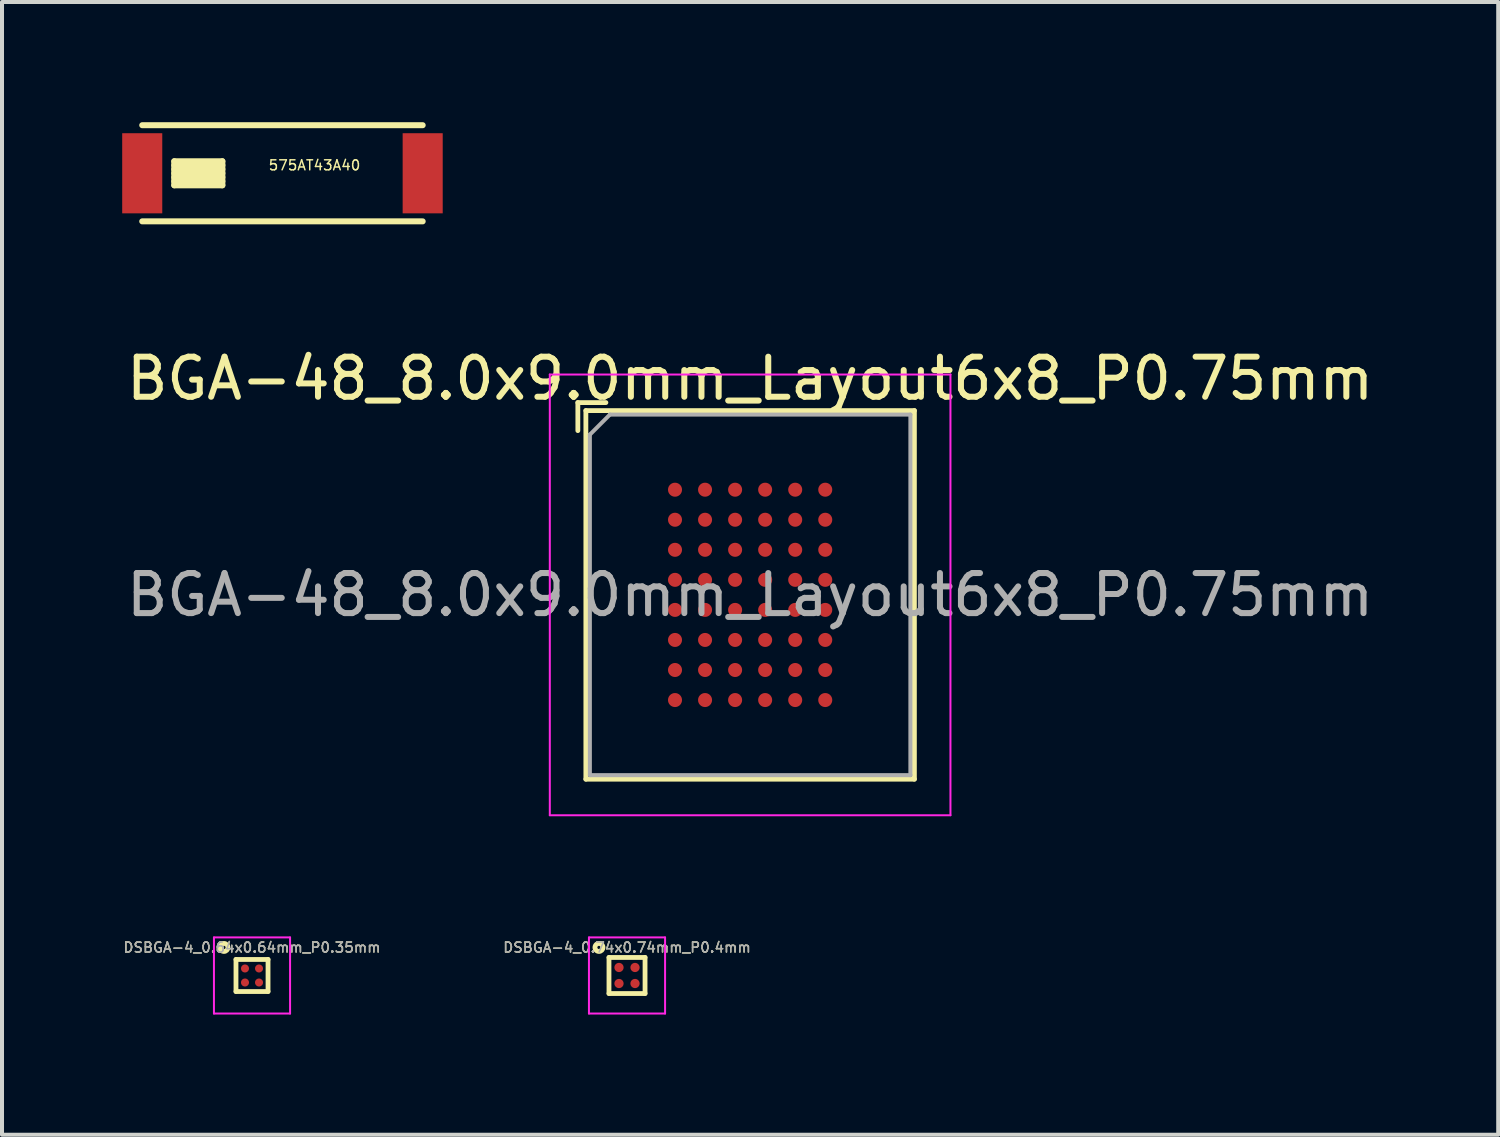
<source format=kicad_pcb>
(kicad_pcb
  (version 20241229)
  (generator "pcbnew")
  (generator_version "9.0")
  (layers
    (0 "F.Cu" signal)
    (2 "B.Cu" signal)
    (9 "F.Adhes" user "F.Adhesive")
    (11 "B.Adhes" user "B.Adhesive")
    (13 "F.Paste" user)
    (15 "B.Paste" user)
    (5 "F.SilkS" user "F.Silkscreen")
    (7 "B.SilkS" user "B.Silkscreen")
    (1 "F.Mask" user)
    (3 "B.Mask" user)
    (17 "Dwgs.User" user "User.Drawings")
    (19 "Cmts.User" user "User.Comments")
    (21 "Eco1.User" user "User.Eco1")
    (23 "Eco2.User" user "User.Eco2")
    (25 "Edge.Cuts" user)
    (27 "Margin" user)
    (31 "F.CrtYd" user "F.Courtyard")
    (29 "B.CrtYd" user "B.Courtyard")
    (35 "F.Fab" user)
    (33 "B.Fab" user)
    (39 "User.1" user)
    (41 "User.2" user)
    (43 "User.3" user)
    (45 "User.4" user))
  (footprint "DSBGA-4_0.64x0.64mm_P0.35mm"
    (layer "F.Cu")
    (at 3.24 21.298)
    (property "Reference" "DSBGA-4_0.64x0.64mm_P0.35mm" (at 0 -0.7 0) (layer "F.SilkS") (effects (font (size 0.25 0.25) (thickness 0.037))))
    (attr smd)
    (fp_line (start -0.4 -0.4) (end 0.4 -0.4) (stroke (width 0.12) (type solid)) (layer "F.SilkS"))
    (fp_line (start -0.4 0.4) (end -0.4 -0.4) (stroke (width 0.12) (type solid)) (layer "F.SilkS"))
    (fp_line (start 0.4 -0.4) (end 0.4 0.4) (stroke (width 0.12) (type solid)) (layer "F.SilkS"))
    (fp_line (start 0.4 0.4) (end -0.4 0.4) (stroke (width 0.12) (type solid)) (layer "F.SilkS"))
    (fp_circle (center -0.7 -0.7) (end -0.6 -0.7) (stroke (width 0.12) (type solid)) (fill no) (layer "F.SilkS"))
    (fp_line (start -0.95 -0.95) (end 0.95 -0.95) (stroke (width 0.05) (type solid)) (layer "F.CrtYd"))
    (fp_line (start -0.95 0.95) (end -0.95 -0.95) (stroke (width 0.05) (type solid)) (layer "F.CrtYd"))
    (fp_line (start 0.95 -0.95) (end 0.95 0.95) (stroke (width 0.05) (type solid)) (layer "F.CrtYd"))
    (fp_line (start 0.95 0.95) (end -0.95 0.95) (stroke (width 0.05) (type solid)) (layer "F.CrtYd"))
    (fp_text user "${REFERENCE}" (at 0 -0.7 0) (layer "F.Fab") (effects (font (size 0.25 0.25) (thickness 0.037))))
    (pad "A1" smd circle (at -0.175 -0.175 90) (size 0.2 0.2) (layers "F.Cu" "F.Mask" "F.Paste"))
    (pad "A2" smd circle (at 0.175 -0.175 90) (size 0.2 0.2) (layers "F.Cu" "F.Mask" "F.Paste"))
    (pad "B1" smd circle (at -0.175 0.175) (size 0.2 0.2) (layers "F.Cu" "F.Mask" "F.Paste"))
    (pad "B2" smd circle (at 0.175 0.175 90) (size 0.2 0.2) (layers "F.Cu" "F.Mask" "F.Paste")))
  (footprint "BGA-48_8.0x9.0mm_Layout6x8_P0.75mm"
    (layer "F.Cu")
    (at 15.673 11.798)
    (property "Reference" "BGA-48_8.0x9.0mm_Layout6x8_P0.75mm" (at 0 -5.4 0) (layer "F.SilkS") (effects (font (size 1 1) (thickness 0.15))))
    (attr smd)
    (fp_line (start -4.3 -4.8) (end -3.6 -4.8) (stroke (width 0.12) (type solid)) (layer "F.SilkS"))
    (fp_line (start -4.3 -4.1) (end -4.3 -4.8) (stroke (width 0.12) (type solid)) (layer "F.SilkS"))
    (fp_line (start -4.1 -4.6) (end 4.1 -4.6) (stroke (width 0.12) (type solid)) (layer "F.SilkS"))
    (fp_line (start -4.1 4.6) (end -4.1 -4.6) (stroke (width 0.12) (type solid)) (layer "F.SilkS"))
    (fp_line (start 4.1 -4.6) (end 4.1 4.6) (stroke (width 0.12) (type solid)) (layer "F.SilkS"))
    (fp_line (start 4.1 4.6) (end -4.1 4.6) (stroke (width 0.12) (type solid)) (layer "F.SilkS"))
    (fp_line (start -5 -5.5) (end -5 5.5) (stroke (width 0.05) (type solid)) (layer "F.CrtYd"))
    (fp_line (start -5 -5.5) (end 5 -5.5) (stroke (width 0.05) (type solid)) (layer "F.CrtYd"))
    (fp_line (start 5 5.5) (end -5 5.5) (stroke (width 0.05) (type solid)) (layer "F.CrtYd"))
    (fp_line (start 5 5.5) (end 5 -5.5) (stroke (width 0.05) (type solid)) (layer "F.CrtYd"))
    (fp_line (start -4 -4) (end -3.5 -4.5) (stroke (width 0.1) (type solid)) (layer "F.Fab"))
    (fp_line (start -4 4.5) (end -4 -4) (stroke (width 0.1) (type solid)) (layer "F.Fab"))
    (fp_line (start -3.5 -4.5) (end 4 -4.5) (stroke (width 0.1) (type solid)) (layer "F.Fab"))
    (fp_line (start 4 -4.5) (end 4 4.5) (stroke (width 0.1) (type solid)) (layer "F.Fab"))
    (fp_line (start 4 4.5) (end -4 4.5) (stroke (width 0.1) (type solid)) (layer "F.Fab"))
    (fp_text user "${REFERENCE}" (at 0 0 0) (layer "F.Fab") (effects (font (size 1 1) (thickness 0.15))))
    (pad "A1" smd circle (at -1.875 -2.625) (size 0.35 0.35) (layers "F.Cu" "F.Mask" "F.Paste"))
    (pad "A2" smd circle (at -1.125 -2.625) (size 0.35 0.35) (layers "F.Cu" "F.Mask" "F.Paste"))
    (pad "A3" smd circle (at -0.375 -2.625) (size 0.35 0.35) (layers "F.Cu" "F.Mask" "F.Paste"))
    (pad "A4" smd circle (at 0.375 -2.625) (size 0.35 0.35) (layers "F.Cu" "F.Mask" "F.Paste"))
    (pad "A5" smd circle (at 1.125 -2.625) (size 0.35 0.35) (layers "F.Cu" "F.Mask" "F.Paste"))
    (pad "A6" smd circle (at 1.875 -2.625) (size 0.35 0.35) (layers "F.Cu" "F.Mask" "F.Paste"))
    (pad "B1" smd circle (at -1.875 -1.875) (size 0.35 0.35) (layers "F.Cu" "F.Mask" "F.Paste"))
    (pad "B2" smd circle (at -1.125 -1.875) (size 0.35 0.35) (layers "F.Cu" "F.Mask" "F.Paste"))
    (pad "B3" smd circle (at -0.375 -1.875) (size 0.35 0.35) (layers "F.Cu" "F.Mask" "F.Paste"))
    (pad "B4" smd circle (at 0.375 -1.875) (size 0.35 0.35) (layers "F.Cu" "F.Mask" "F.Paste"))
    (pad "B5" smd circle (at 1.125 -1.875) (size 0.35 0.35) (layers "F.Cu" "F.Mask" "F.Paste"))
    (pad "B6" smd circle (at 1.875 -1.875) (size 0.35 0.35) (layers "F.Cu" "F.Mask" "F.Paste"))
    (pad "C1" smd circle (at -1.875 -1.125) (size 0.35 0.35) (layers "F.Cu" "F.Mask" "F.Paste"))
    (pad "C2" smd circle (at -1.125 -1.125) (size 0.35 0.35) (layers "F.Cu" "F.Mask" "F.Paste"))
    (pad "C3" smd circle (at -0.375 -1.125) (size 0.35 0.35) (layers "F.Cu" "F.Mask" "F.Paste"))
    (pad "C4" smd circle (at 0.375 -1.125) (size 0.35 0.35) (layers "F.Cu" "F.Mask" "F.Paste"))
    (pad "C5" smd circle (at 1.125 -1.125) (size 0.35 0.35) (layers "F.Cu" "F.Mask" "F.Paste"))
    (pad "C6" smd circle (at 1.875 -1.125) (size 0.35 0.35) (layers "F.Cu" "F.Mask" "F.Paste"))
    (pad "D1" smd circle (at -1.875 -0.375) (size 0.35 0.35) (layers "F.Cu" "F.Mask" "F.Paste"))
    (pad "D2" smd circle (at -1.125 -0.375) (size 0.35 0.35) (layers "F.Cu" "F.Mask" "F.Paste"))
    (pad "D3" smd circle (at -0.375 -0.375) (size 0.35 0.35) (layers "F.Cu" "F.Mask" "F.Paste"))
    (pad "D4" smd circle (at 0.375 -0.375) (size 0.35 0.35) (layers "F.Cu" "F.Mask" "F.Paste"))
    (pad "D5" smd circle (at 1.125 -0.375) (size 0.35 0.35) (layers "F.Cu" "F.Mask" "F.Paste"))
    (pad "D6" smd circle (at 1.875 -0.375) (size 0.35 0.35) (layers "F.Cu" "F.Mask" "F.Paste"))
    (pad "E1" smd circle (at -1.875 0.375) (size 0.35 0.35) (layers "F.Cu" "F.Mask" "F.Paste"))
    (pad "E2" smd circle (at -1.125 0.375) (size 0.35 0.35) (layers "F.Cu" "F.Mask" "F.Paste"))
    (pad "E3" smd circle (at -0.375 0.375) (size 0.35 0.35) (layers "F.Cu" "F.Mask" "F.Paste"))
    (pad "E4" smd circle (at 0.375 0.375) (size 0.35 0.35) (layers "F.Cu" "F.Mask" "F.Paste"))
    (pad "E5" smd circle (at 1.125 0.375) (size 0.35 0.35) (layers "F.Cu" "F.Mask" "F.Paste"))
    (pad "E6" smd circle (at 1.875 0.375) (size 0.35 0.35) (layers "F.Cu" "F.Mask" "F.Paste"))
    (pad "F1" smd circle (at -1.875 1.125) (size 0.35 0.35) (layers "F.Cu" "F.Mask" "F.Paste"))
    (pad "F2" smd circle (at -1.125 1.125) (size 0.35 0.35) (layers "F.Cu" "F.Mask" "F.Paste"))
    (pad "F3" smd circle (at -0.375 1.125) (size 0.35 0.35) (layers "F.Cu" "F.Mask" "F.Paste"))
    (pad "F4" smd circle (at 0.375 1.125) (size 0.35 0.35) (layers "F.Cu" "F.Mask" "F.Paste"))
    (pad "F5" smd circle (at 1.125 1.125) (size 0.35 0.35) (layers "F.Cu" "F.Mask" "F.Paste"))
    (pad "F6" smd circle (at 1.875 1.125) (size 0.35 0.35) (layers "F.Cu" "F.Mask" "F.Paste"))
    (pad "G1" smd circle (at -1.875 1.875) (size 0.35 0.35) (layers "F.Cu" "F.Mask" "F.Paste"))
    (pad "G2" smd circle (at -1.125 1.875) (size 0.35 0.35) (layers "F.Cu" "F.Mask" "F.Paste"))
    (pad "G3" smd circle (at -0.375 1.875) (size 0.35 0.35) (layers "F.Cu" "F.Mask" "F.Paste"))
    (pad "G4" smd circle (at 0.375 1.875) (size 0.35 0.35) (layers "F.Cu" "F.Mask" "F.Paste"))
    (pad "G5" smd circle (at 1.125 1.875) (size 0.35 0.35) (layers "F.Cu" "F.Mask" "F.Paste"))
    (pad "G6" smd circle (at 1.875 1.875) (size 0.35 0.35) (layers "F.Cu" "F.Mask" "F.Paste"))
    (pad "H1" smd circle (at -1.875 2.625) (size 0.35 0.35) (layers "F.Cu" "F.Mask" "F.Paste"))
    (pad "H2" smd circle (at -1.125 2.625) (size 0.35 0.35) (layers "F.Cu" "F.Mask" "F.Paste"))
    (pad "H3" smd circle (at -0.375 2.625) (size 0.35 0.35) (layers "F.Cu" "F.Mask" "F.Paste"))
    (pad "H4" smd circle (at 0.375 2.625) (size 0.35 0.35) (layers "F.Cu" "F.Mask" "F.Paste"))
    (pad "H5" smd circle (at 1.125 2.625) (size 0.35 0.35) (layers "F.Cu" "F.Mask" "F.Paste"))
    (pad "H6" smd circle (at 1.875 2.625) (size 0.35 0.35) (layers "F.Cu" "F.Mask" "F.Paste")))
  (footprint "575AT43A40"
    (layer "F.Cu")
    (at 4 1.275)
    (property "Reference" "575AT43A40" (at 0.8 -0.2 0) (layer "F.SilkS") (effects (font (size 0.25 0.25) (thickness 0.037))))
    (attr through_hole)
    (fp_line (start -3.5 -1.2) (end 3.5 -1.2) (stroke (width 0.15) (type solid)) (layer "F.SilkS"))
    (fp_line (start -3.5 1.2) (end 3.5 1.2) (stroke (width 0.15) (type solid)) (layer "F.SilkS"))
    (fp_line (start -2.7 -0.3) (end -1.5 -0.3) (stroke (width 0.15) (type solid)) (layer "F.SilkS"))
    (fp_line (start -2.7 -0.2) (end -1.5 -0.2) (stroke (width 0.15) (type solid)) (layer "F.SilkS"))
    (fp_line (start -2.7 0) (end -1.5 0) (stroke (width 0.15) (type solid)) (layer "F.SilkS"))
    (fp_line (start -2.7 0.2) (end -1.5 0.2) (stroke (width 0.15) (type solid)) (layer "F.SilkS"))
    (fp_line (start -2.7 0.3) (end -2.7 -0.3) (stroke (width 0.15) (type solid)) (layer "F.SilkS"))
    (fp_line (start -1.5 -0.3) (end -1.5 0.3) (stroke (width 0.15) (type solid)) (layer "F.SilkS"))
    (fp_line (start -1.5 -0.1) (end -2.7 -0.1) (stroke (width 0.15) (type solid)) (layer "F.SilkS"))
    (fp_line (start -1.5 0.1) (end -2.7 0.1) (stroke (width 0.15) (type solid)) (layer "F.SilkS"))
    (fp_line (start -1.5 0.3) (end -2.7 0.3) (stroke (width 0.15) (type solid)) (layer "F.SilkS"))
    (pad "1" smd rect (at -3.5 0) (size 1 2) (layers "F.Cu" "F.Mask" "F.Paste"))
    (pad "2" smd rect (at 3.5 0) (size 1 2) (layers "F.Cu" "F.Mask" "F.Paste")))
  (footprint "DSBGA-4_0.74x0.74mm_P0.4mm"
    (layer "F.Cu")
    (at 12.6 21.298)
    (property "Reference" "DSBGA-4_0.74x0.74mm_P0.4mm" (at 0 -0.7 0) (layer "F.SilkS") (effects (font (size 0.25 0.25) (thickness 0.037))))
    (attr smd)
    (fp_line (start -0.45 -0.45) (end 0.45 -0.45) (stroke (width 0.12) (type solid)) (layer "F.SilkS"))
    (fp_line (start -0.45 0.45) (end -0.45 -0.45) (stroke (width 0.12) (type solid)) (layer "F.SilkS"))
    (fp_line (start 0.45 -0.45) (end 0.45 0.45) (stroke (width 0.12) (type solid)) (layer "F.SilkS"))
    (fp_line (start 0.45 0.45) (end -0.45 0.45) (stroke (width 0.12) (type solid)) (layer "F.SilkS"))
    (fp_circle (center -0.7 -0.7) (end -0.6 -0.7) (stroke (width 0.12) (type solid)) (fill no) (layer "F.SilkS"))
    (fp_line (start -0.95 -0.95) (end 0.95 -0.95) (stroke (width 0.05) (type solid)) (layer "F.CrtYd"))
    (fp_line (start -0.95 0.95) (end -0.95 -0.95) (stroke (width 0.05) (type solid)) (layer "F.CrtYd"))
    (fp_line (start 0.95 -0.95) (end 0.95 0.95) (stroke (width 0.05) (type solid)) (layer "F.CrtYd"))
    (fp_line (start 0.95 0.95) (end -0.95 0.95) (stroke (width 0.05) (type solid)) (layer "F.CrtYd"))
    (fp_text user "${REFERENCE}" (at 0 -0.7 0) (layer "F.Fab") (effects (font (size 0.25 0.25) (thickness 0.037))))
    (pad "A1" smd circle (at -0.2 -0.2 90) (size 0.23 0.23) (layers "F.Cu" "F.Mask" "F.Paste"))
    (pad "A2" smd circle (at 0.2 -0.2 90) (size 0.23 0.23) (layers "F.Cu" "F.Mask" "F.Paste"))
    (pad "B1" smd circle (at -0.2 0.2) (size 0.23 0.23) (layers "F.Cu" "F.Mask" "F.Paste"))
    (pad "B2" smd circle (at 0.2 0.2 90) (size 0.23 0.23) (layers "F.Cu" "F.Mask" "F.Paste")))
  (gr_rect
    (start -3 -3)
    (end 34.345 25.273)
    (stroke (width 0.1) (type default))
    (fill no)
    (layer "Edge.Cuts")))
</source>
